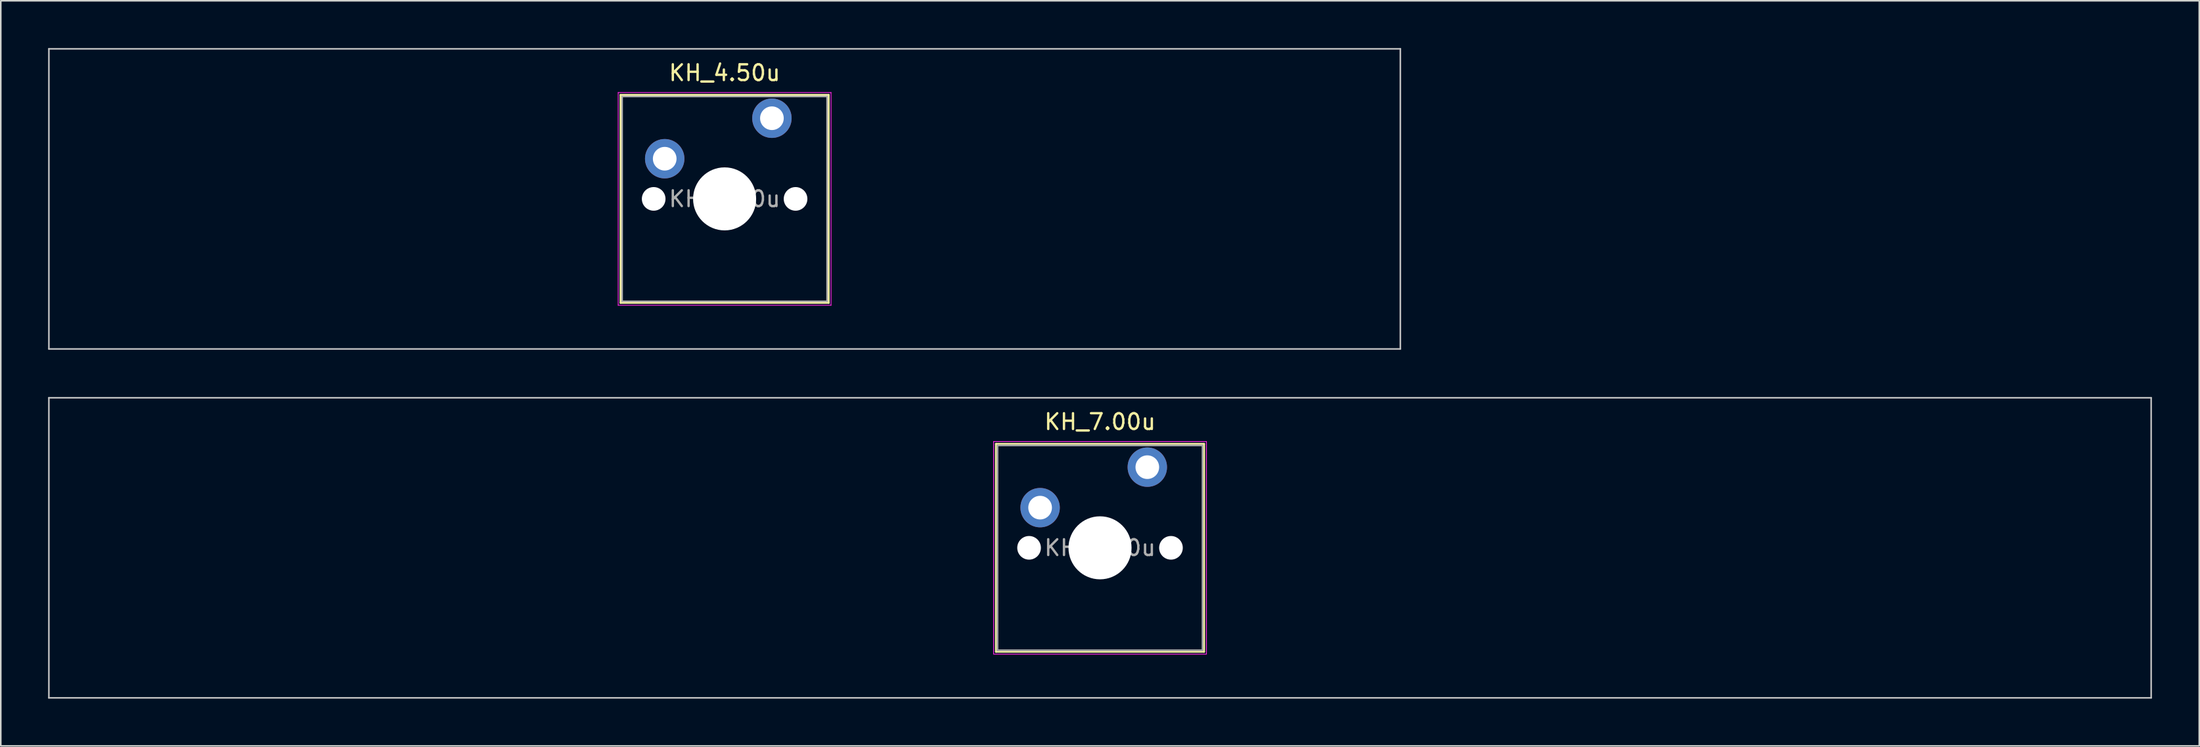
<source format=kicad_pcb>
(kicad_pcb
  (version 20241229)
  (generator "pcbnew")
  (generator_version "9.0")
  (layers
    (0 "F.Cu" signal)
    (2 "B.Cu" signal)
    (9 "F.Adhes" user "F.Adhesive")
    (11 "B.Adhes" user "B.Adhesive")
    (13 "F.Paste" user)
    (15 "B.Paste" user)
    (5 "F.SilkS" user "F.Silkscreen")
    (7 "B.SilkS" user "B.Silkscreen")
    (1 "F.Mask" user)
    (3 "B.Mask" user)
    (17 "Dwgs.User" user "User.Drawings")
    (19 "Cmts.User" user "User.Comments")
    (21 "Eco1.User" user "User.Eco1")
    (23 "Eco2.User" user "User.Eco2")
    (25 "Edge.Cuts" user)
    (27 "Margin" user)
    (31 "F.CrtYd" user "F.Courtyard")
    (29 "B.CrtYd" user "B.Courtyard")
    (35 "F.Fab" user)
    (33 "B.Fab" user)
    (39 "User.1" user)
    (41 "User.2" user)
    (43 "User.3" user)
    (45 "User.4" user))
  (footprint "KH_4.50u"
    (layer "F.Cu")
    (at 42.913 9.575)
    (property "Reference" "KH_4.50u" (at 0 -8 0) (layer "F.SilkS") (effects (font (size 1 1) (thickness 0.15))))
    (attr through_hole)
    (fp_line (start -6.6 -6.6) (end -6.6 6.6) (stroke (width 0.12) (type solid)) (layer "F.SilkS"))
    (fp_line (start -6.6 6.6) (end 6.6 6.6) (stroke (width 0.12) (type solid)) (layer "F.SilkS"))
    (fp_line (start 6.6 -6.6) (end -6.6 -6.6) (stroke (width 0.12) (type solid)) (layer "F.SilkS"))
    (fp_line (start 6.6 6.6) (end 6.6 -6.6) (stroke (width 0.12) (type solid)) (layer "F.SilkS"))
    (fp_line (start -42.862 -9.525) (end -42.862 9.525) (stroke (width 0.1) (type solid)) (layer "Dwgs.User"))
    (fp_line (start -42.862 9.525) (end 42.862 9.525) (stroke (width 0.1) (type solid)) (layer "Dwgs.User"))
    (fp_line (start 42.862 -9.525) (end -42.862 -9.525) (stroke (width 0.1) (type solid)) (layer "Dwgs.User"))
    (fp_line (start 42.862 9.525) (end 42.862 -9.525) (stroke (width 0.1) (type solid)) (layer "Dwgs.User"))
    (fp_line (start -6.1 -6.1) (end -6.1 6.1) (stroke (width 0.1) (type solid)) (layer "Eco1.User"))
    (fp_line (start -6.1 6.1) (end 6.1 6.1) (stroke (width 0.1) (type solid)) (layer "Eco1.User"))
    (fp_line (start 6.1 -6.1) (end -6.1 -6.1) (stroke (width 0.1) (type solid)) (layer "Eco1.User"))
    (fp_line (start 6.1 6.1) (end 6.1 -6.1) (stroke (width 0.1) (type solid)) (layer "Eco1.User"))
    (fp_line (start -6.75 -6.75) (end -6.75 6.75) (stroke (width 0.05) (type solid)) (layer "F.CrtYd"))
    (fp_line (start -6.75 6.75) (end 6.75 6.75) (stroke (width 0.05) (type solid)) (layer "F.CrtYd"))
    (fp_line (start 6.75 -6.75) (end -6.75 -6.75) (stroke (width 0.05) (type solid)) (layer "F.CrtYd"))
    (fp_line (start 6.75 6.75) (end 6.75 -6.75) (stroke (width 0.05) (type solid)) (layer "F.CrtYd"))
    (fp_line (start -6.5 -6.5) (end -6.5 6.5) (stroke (width 0.1) (type solid)) (layer "F.Fab"))
    (fp_line (start -6.5 6.5) (end 6.5 6.5) (stroke (width 0.1) (type solid)) (layer "F.Fab"))
    (fp_line (start 6.5 -6.5) (end -6.5 -6.5) (stroke (width 0.1) (type solid)) (layer "F.Fab"))
    (fp_line (start 6.5 6.5) (end 6.5 -6.5) (stroke (width 0.1) (type solid)) (layer "F.Fab"))
    (fp_text user "${REFERENCE}" (at 0 0 0) (layer "F.Fab") (effects (font (size 1 1) (thickness 0.15))))
    (pad "" np_thru_hole circle (at -4.5 0) (size 1.5 1.5) (drill 1.5) (layers "*.Cu" "*.Mask"))
    (pad "" np_thru_hole circle (at 0 0) (size 4 4) (drill 4) (layers "*.Cu" "*.Mask"))
    (pad "" np_thru_hole circle (at 4.5 0) (size 1.5 1.5) (drill 1.5) (layers "*.Cu" "*.Mask"))
    (pad "1" thru_hole circle (at -3.8 -2.55) (size 2.5 2.5) (drill 1.5) (layers "*.Cu" "*.Mask"))
    (pad "2" thru_hole circle (at 3 -5.12) (size 2.5 2.5) (drill 1.5) (layers "*.Cu" "*.Mask")))
  (footprint "KH_7.00u"
    (layer "F.Cu")
    (at 66.725 31.725)
    (property "Reference" "KH_7.00u" (at 0 -8 0) (layer "F.SilkS") (effects (font (size 1 1) (thickness 0.15))))
    (attr through_hole)
    (fp_line (start -6.6 -6.6) (end -6.6 6.6) (stroke (width 0.12) (type solid)) (layer "F.SilkS"))
    (fp_line (start -6.6 6.6) (end 6.6 6.6) (stroke (width 0.12) (type solid)) (layer "F.SilkS"))
    (fp_line (start 6.6 -6.6) (end -6.6 -6.6) (stroke (width 0.12) (type solid)) (layer "F.SilkS"))
    (fp_line (start 6.6 6.6) (end 6.6 -6.6) (stroke (width 0.12) (type solid)) (layer "F.SilkS"))
    (fp_line (start -66.675 -9.525) (end -66.675 9.525) (stroke (width 0.1) (type solid)) (layer "Dwgs.User"))
    (fp_line (start -66.675 9.525) (end 66.675 9.525) (stroke (width 0.1) (type solid)) (layer "Dwgs.User"))
    (fp_line (start 66.675 -9.525) (end -66.675 -9.525) (stroke (width 0.1) (type solid)) (layer "Dwgs.User"))
    (fp_line (start 66.675 9.525) (end 66.675 -9.525) (stroke (width 0.1) (type solid)) (layer "Dwgs.User"))
    (fp_line (start -6.1 -6.1) (end -6.1 6.1) (stroke (width 0.1) (type solid)) (layer "Eco1.User"))
    (fp_line (start -6.1 6.1) (end 6.1 6.1) (stroke (width 0.1) (type solid)) (layer "Eco1.User"))
    (fp_line (start 6.1 -6.1) (end -6.1 -6.1) (stroke (width 0.1) (type solid)) (layer "Eco1.User"))
    (fp_line (start 6.1 6.1) (end 6.1 -6.1) (stroke (width 0.1) (type solid)) (layer "Eco1.User"))
    (fp_line (start -6.75 -6.75) (end -6.75 6.75) (stroke (width 0.05) (type solid)) (layer "F.CrtYd"))
    (fp_line (start -6.75 6.75) (end 6.75 6.75) (stroke (width 0.05) (type solid)) (layer "F.CrtYd"))
    (fp_line (start 6.75 -6.75) (end -6.75 -6.75) (stroke (width 0.05) (type solid)) (layer "F.CrtYd"))
    (fp_line (start 6.75 6.75) (end 6.75 -6.75) (stroke (width 0.05) (type solid)) (layer "F.CrtYd"))
    (fp_line (start -6.5 -6.5) (end -6.5 6.5) (stroke (width 0.1) (type solid)) (layer "F.Fab"))
    (fp_line (start -6.5 6.5) (end 6.5 6.5) (stroke (width 0.1) (type solid)) (layer "F.Fab"))
    (fp_line (start 6.5 -6.5) (end -6.5 -6.5) (stroke (width 0.1) (type solid)) (layer "F.Fab"))
    (fp_line (start 6.5 6.5) (end 6.5 -6.5) (stroke (width 0.1) (type solid)) (layer "F.Fab"))
    (fp_text user "${REFERENCE}" (at 0 0 0) (layer "F.Fab") (effects (font (size 1 1) (thickness 0.15))))
    (pad "" np_thru_hole circle (at -4.5 0) (size 1.5 1.5) (drill 1.5) (layers "*.Cu" "*.Mask"))
    (pad "" np_thru_hole circle (at 0 0) (size 4 4) (drill 4) (layers "*.Cu" "*.Mask"))
    (pad "" np_thru_hole circle (at 4.5 0) (size 1.5 1.5) (drill 1.5) (layers "*.Cu" "*.Mask"))
    (pad "1" thru_hole circle (at -3.8 -2.55) (size 2.5 2.5) (drill 1.5) (layers "*.Cu" "*.Mask"))
    (pad "2" thru_hole circle (at 3 -5.12) (size 2.5 2.5) (drill 1.5) (layers "*.Cu" "*.Mask")))
  (gr_rect
    (start -3 -3)
    (end 136.45 44.3)
    (stroke (width 0.1) (type default))
    (fill no)
    (layer "Edge.Cuts")))
</source>
